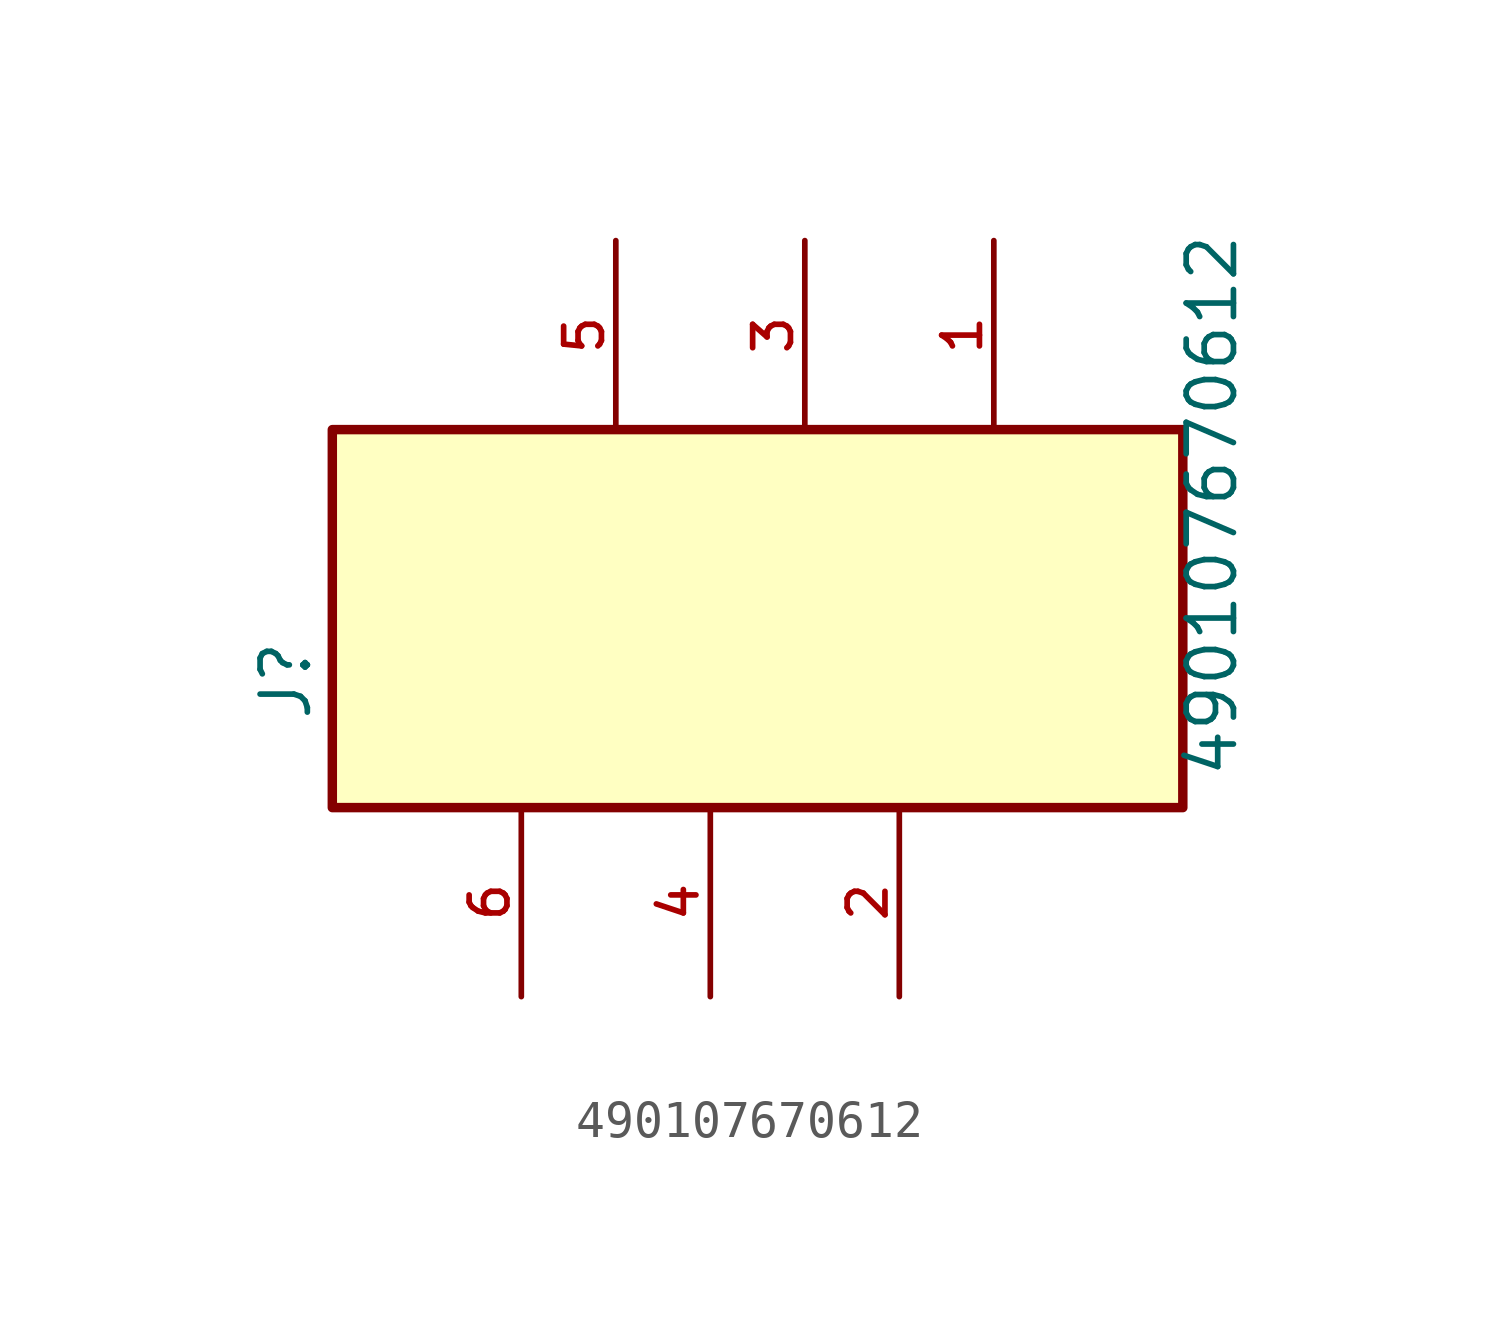
<source format=kicad_sym>
(kicad_symbol_lib
  (version 20211014)
  (generator kicad_symbol_editor)
  (symbol "490107670612"
    (pin_names
      (offset 1.016))
    (property "Reference" "J"
      (at -13.208 -2.794 90.0)
      (effects (font (size 1.27 1.27)) (justify bottom left)))
    (property "Value" "490107670612"
      (at 11.684 -4.318 90.0)
      (effects (font (size 1.27 1.27)) (justify bottom left)))
    (symbol "490107670612_0_0"
      (rectangle (start -12.7 -5.08) (end 10.16 5.08) (stroke (width 0.254)) (fill (type background)))
      (pin passive line (at -7.62 -10.16 90.0) (length 5.08) (name "~" (effects (font (size 1.016 1.016)))) (number "6" (effects (font (size 1.016 1.016)))))
      (pin passive line (at -5.08 10.16 270.0) (length 5.08) (name "~" (effects (font (size 1.016 1.016)))) (number "5" (effects (font (size 1.016 1.016)))))
      (pin passive line (at -2.54 -10.16 90.0) (length 5.08) (name "~" (effects (font (size 1.016 1.016)))) (number "4" (effects (font (size 1.016 1.016)))))
      (pin passive line (at 0.0 10.16 270.0) (length 5.08) (name "~" (effects (font (size 1.016 1.016)))) (number "3" (effects (font (size 1.016 1.016)))))
      (pin passive line (at 2.54 -10.16 90.0) (length 5.08) (name "~" (effects (font (size 1.016 1.016)))) (number "2" (effects (font (size 1.016 1.016)))))
      (pin passive line (at 5.08 10.16 270.0) (length 5.08) (name "~" (effects (font (size 1.016 1.016)))) (number "1" (effects (font (size 1.016 1.016))))))))
</source>
